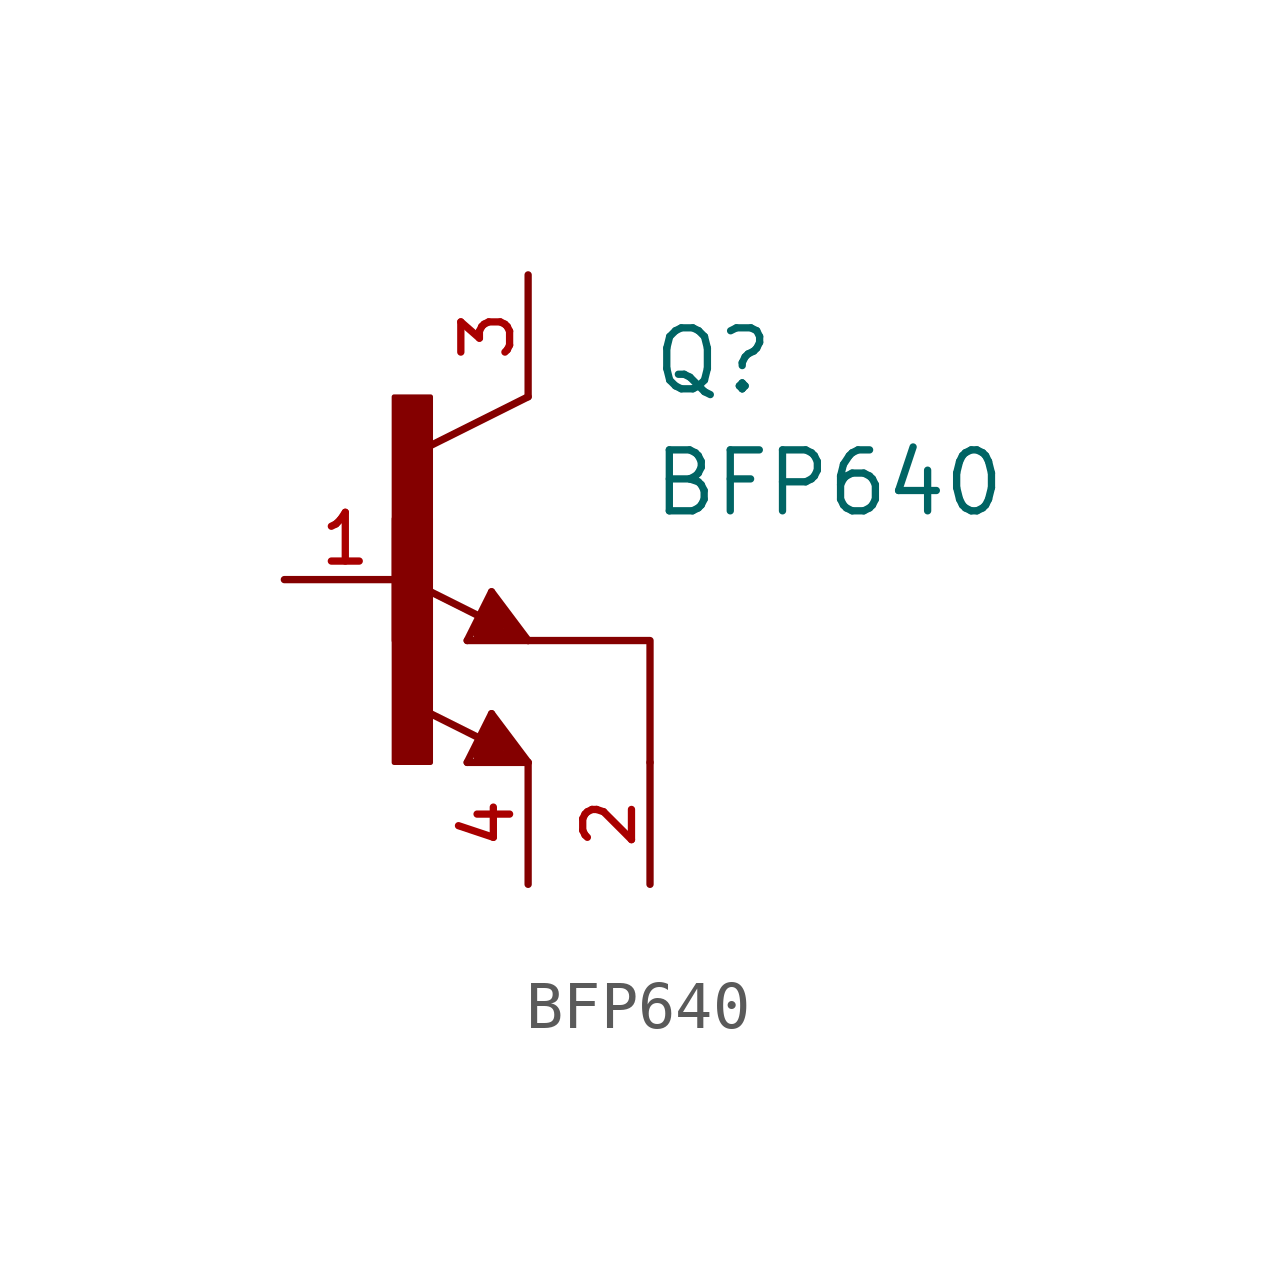
<source format=kicad_sym>
(kicad_symbol_lib
  (version 20211014)
  (generator kicad_symbol_editor)
  (symbol "BFP640"
    (pin_names
      (offset 1.016))
    (property "Reference" "Q"
      (at 5.087 3.813 0)
      (effects (font (size 1.27 1.27)) (justify left bottom)))
    (property "Value" "BFP640"
      (at 5.08 1.27 0)
      (effects (font (size 1.27 1.27)) (justify left bottom)))
    (symbol "BFP640_0_0"
      (rectangle (start -0.254 -3.813) (end 0.508 1.27) (stroke (width 0.1) (type default) (color 0 0 0 0)) (fill (type outline)))
      (rectangle (start -0.254 -1.274) (end 0.508 3.81) (stroke (width 0.1) (type default) (color 0 0 0 0)) (fill (type outline)))
      (polyline (pts (xy 1.27 -3.81) (xy 1.778 -2.794)) (stroke (width 0.152) (type default) (color 0 0 0 0)) (fill (type none)))
      (polyline (pts (xy 1.27 -1.27) (xy 1.778 -0.254)) (stroke (width 0.152) (type default) (color 0 0 0 0)) (fill (type none)))
      (polyline (pts (xy 1.524 -3.683) (xy 2.286 -3.683)) (stroke (width 0.254) (type default) (color 0 0 0 0)) (fill (type none)))
      (polyline (pts (xy 1.524 -3.556) (xy 1.905 -3.556)) (stroke (width 0.254) (type default) (color 0 0 0 0)) (fill (type none)))
      (polyline (pts (xy 1.524 -1.143) (xy 2.286 -1.143)) (stroke (width 0.254) (type default) (color 0 0 0 0)) (fill (type none)))
      (polyline (pts (xy 1.524 -1.016) (xy 1.905 -1.016)) (stroke (width 0.254) (type default) (color 0 0 0 0)) (fill (type none)))
      (polyline (pts (xy 1.54 -3.31) (xy 0.308 -2.694)) (stroke (width 0.152) (type default) (color 0 0 0 0)) (fill (type none)))
      (polyline (pts (xy 1.54 -0.77) (xy 0.308 -0.154)) (stroke (width 0.152) (type default) (color 0 0 0 0)) (fill (type none)))
      (polyline (pts (xy 1.778 -3.048) (xy 1.524 -3.556)) (stroke (width 0.254) (type default) (color 0 0 0 0)) (fill (type none)))
      (polyline (pts (xy 1.778 -2.794) (xy 2.54 -3.81)) (stroke (width 0.152) (type default) (color 0 0 0 0)) (fill (type none)))
      (polyline (pts (xy 1.778 -0.508) (xy 1.524 -1.016)) (stroke (width 0.254) (type default) (color 0 0 0 0)) (fill (type none)))
      (polyline (pts (xy 1.778 -0.254) (xy 2.54 -1.27)) (stroke (width 0.152) (type default) (color 0 0 0 0)) (fill (type none)))
      (polyline (pts (xy 1.905 -3.556) (xy 1.778 -3.302)) (stroke (width 0.254) (type default) (color 0 0 0 0)) (fill (type none)))
      (polyline (pts (xy 1.905 -1.016) (xy 1.778 -0.762)) (stroke (width 0.254) (type default) (color 0 0 0 0)) (fill (type none)))
      (polyline (pts (xy 2.286 -3.683) (xy 1.778 -3.048)) (stroke (width 0.254) (type default) (color 0 0 0 0)) (fill (type none)))
      (polyline (pts (xy 2.286 -1.143) (xy 1.778 -0.508)) (stroke (width 0.254) (type default) (color 0 0 0 0)) (fill (type none)))
      (polyline (pts (xy 2.54 -3.81) (xy 1.27 -3.81)) (stroke (width 0.152) (type default) (color 0 0 0 0)) (fill (type none)))
      (polyline (pts (xy 2.54 -1.27) (xy 1.27 -1.27)) (stroke (width 0.152) (type default) (color 0 0 0 0)) (fill (type none)))
      (polyline (pts (xy 2.54 3.81) (xy 0.508 2.794)) (stroke (width 0.152) (type default) (color 0 0 0 0)) (fill (type none)))
      (pin passive line (at -2.54 0 0) (length 2.54) (name "~" (effects (font (size 1.016 1.016)))) (number "1" (effects (font (size 1.016 1.016)))))
      (pin passive line (at 5.08 -6.35 90) (length 2.54) (name "~" (effects (font (size 1.016 1.016)))) (number "2" (effects (font (size 1.016 1.016)))))
      (pin passive line (at 2.54 6.35 270) (length 2.54) (name "~" (effects (font (size 1.016 1.016)))) (number "3" (effects (font (size 1.016 1.016)))))
      (pin passive line (at 2.54 -6.35 90) (length 2.54) (name "~" (effects (font (size 1.016 1.016)))) (number "4" (effects (font (size 1.016 1.016))))))
    (symbol "BFP640_0_1"
      (polyline (pts (xy 2.54 -1.27) (xy 5.08 -1.27) (xy 5.08 -3.81)) (stroke (width 0) (type default) (color 0 0 0 0)) (fill (type none))))))
</source>
